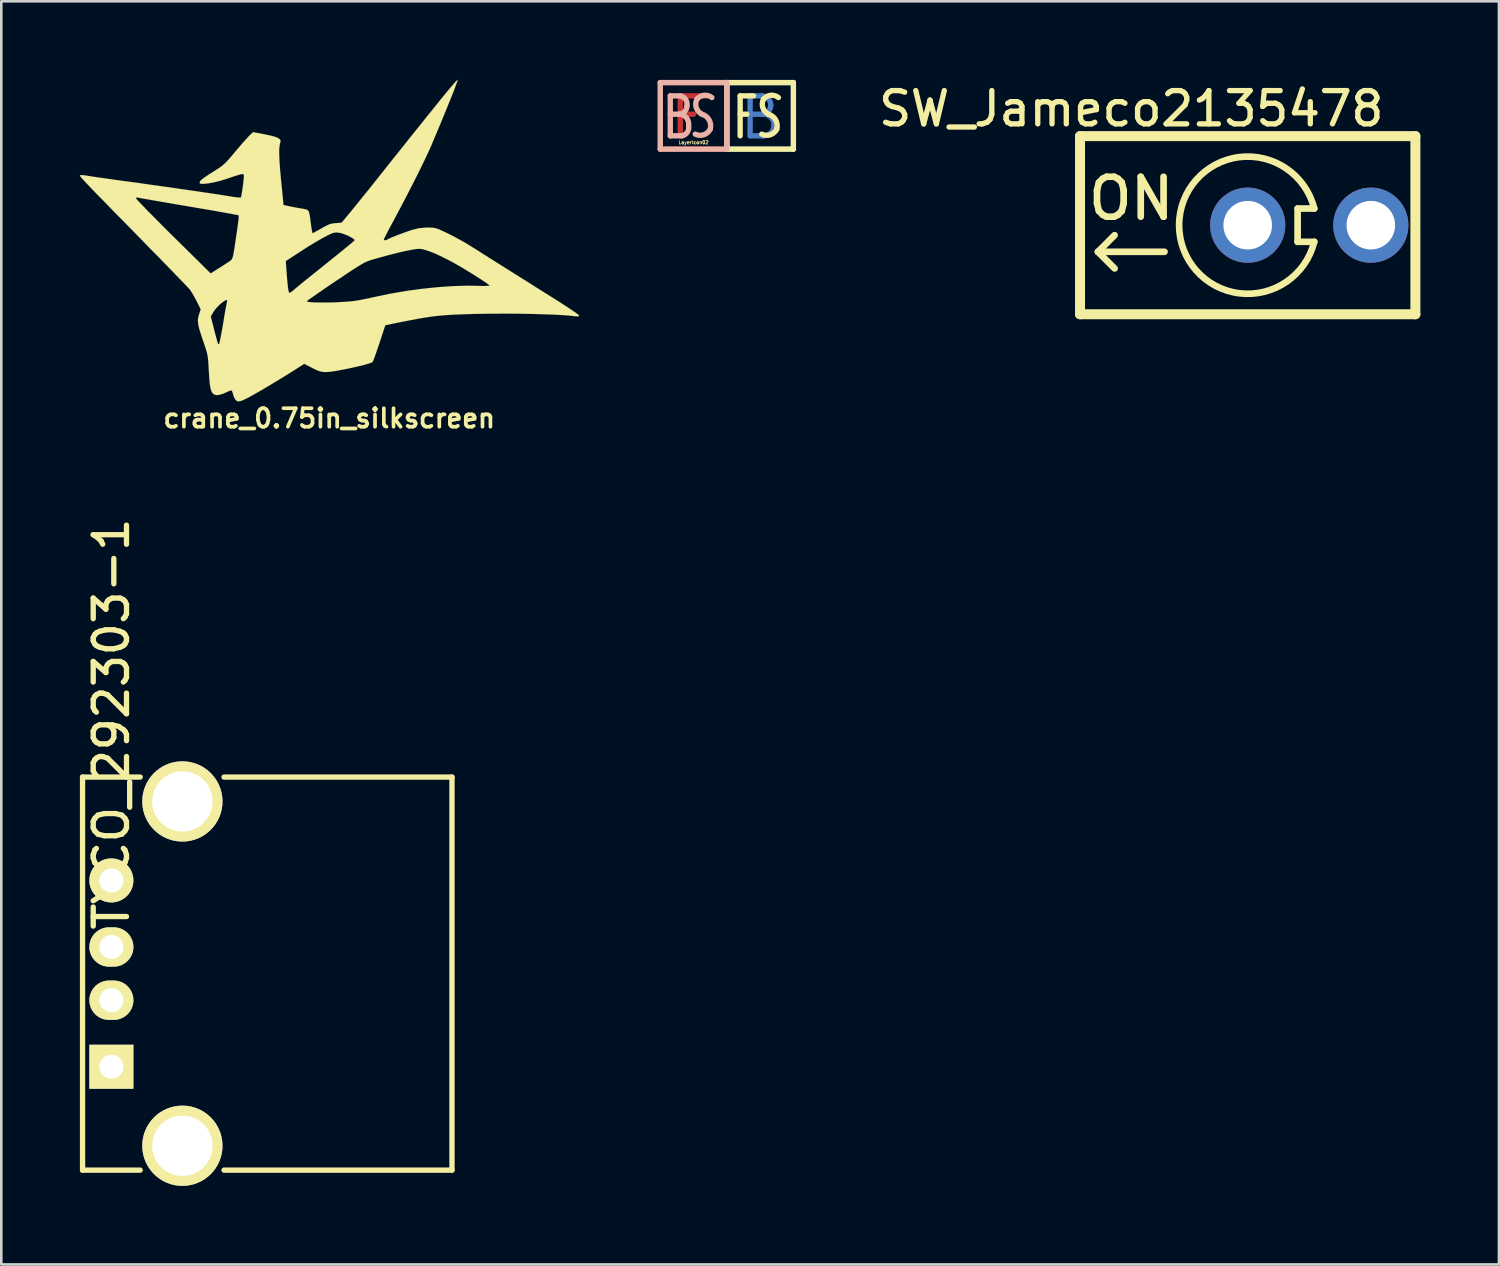
<source format=kicad_pcb>
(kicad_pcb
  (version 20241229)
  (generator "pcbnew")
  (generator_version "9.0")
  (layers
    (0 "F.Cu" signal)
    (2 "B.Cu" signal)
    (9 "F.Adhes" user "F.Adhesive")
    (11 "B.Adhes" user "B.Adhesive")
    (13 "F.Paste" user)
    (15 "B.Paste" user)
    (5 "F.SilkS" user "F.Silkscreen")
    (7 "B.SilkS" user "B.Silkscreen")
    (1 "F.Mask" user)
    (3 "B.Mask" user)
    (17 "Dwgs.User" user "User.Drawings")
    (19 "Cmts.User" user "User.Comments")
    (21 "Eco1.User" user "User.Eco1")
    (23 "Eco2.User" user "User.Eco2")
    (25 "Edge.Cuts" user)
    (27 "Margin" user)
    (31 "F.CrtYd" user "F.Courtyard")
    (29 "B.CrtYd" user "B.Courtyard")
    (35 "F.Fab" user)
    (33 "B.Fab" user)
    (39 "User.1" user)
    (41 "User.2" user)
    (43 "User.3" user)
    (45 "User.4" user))
  (footprint "LayerIcon02"
    (layer "F.Cu")
    (at 23.422 1.372)
    (property "Reference" "LayerIcon02" (at 0 1.016 0) (layer "F.SilkS") (effects (font (size 0.127 0.127) (thickness 0.025))))
    (attr through_hole)
    (fp_line (start -1.27 -1.27) (end 1.27 -1.27) (stroke (width 0.203) (type solid)) (layer "F.Cu"))
    (fp_line (start -1.27 1.27) (end -1.27 -1.27) (stroke (width 0.203) (type solid)) (layer "F.Cu"))
    (fp_line (start -0.508 -0.762) (end -0.508 0.762) (stroke (width 0.203) (type solid)) (layer "F.Cu"))
    (fp_line (start -0.508 -0.762) (end 0.508 -0.762) (stroke (width 0.203) (type solid)) (layer "F.Cu"))
    (fp_line (start -0.508 -0.064) (end 0 -0.064) (stroke (width 0.203) (type solid)) (layer "F.Cu"))
    (fp_line (start 1.27 -1.27) (end 1.27 1.27) (stroke (width 0.203) (type solid)) (layer "F.Cu"))
    (fp_line (start 1.27 1.27) (end -1.27 1.27) (stroke (width 0.203) (type solid)) (layer "F.Cu"))
    (fp_line (start 1.27 -1.27) (end 3.81 -1.27) (stroke (width 0.203) (type solid)) (layer "B.Cu"))
    (fp_line (start 1.27 1.27) (end 1.27 -1.27) (stroke (width 0.203) (type solid)) (layer "B.Cu"))
    (fp_line (start 2.159 -0.762) (end 2.159 0.762) (stroke (width 0.203) (type solid)) (layer "B.Cu"))
    (fp_line (start 2.159 -0.762) (end 2.603 -0.762) (stroke (width 0.203) (type solid)) (layer "B.Cu"))
    (fp_line (start 2.159 0.762) (end 2.667 0.762) (stroke (width 0.203) (type solid)) (layer "B.Cu"))
    (fp_line (start 2.667 -0.064) (end 2.159 -0.064) (stroke (width 0.203) (type solid)) (layer "B.Cu"))
    (fp_line (start 3.81 -1.27) (end 3.81 1.27) (stroke (width 0.203) (type solid)) (layer "B.Cu"))
    (fp_line (start 3.81 1.27) (end 1.27 1.27) (stroke (width 0.203) (type solid)) (layer "B.Cu"))
    (fp_arc (start 2.6035 -0.762) (mid 2.845967 -0.661567) (end 2.9464 -0.4191) (stroke (width 0.2032) (type solid)) (layer "B.Cu"))
    (fp_arc (start 2.667 -0.0635) (mid 2.954368 0.055532) (end 3.0734 0.3429) (stroke (width 0.2032) (type solid)) (layer "B.Cu"))
    (fp_arc (start 2.9464 -0.4064) (mid 2.845967 -0.163933) (end 2.6035 -0.0635) (stroke (width 0.2032) (type solid)) (layer "B.Cu"))
    (fp_arc (start 3.0734 0.3556) (mid 2.954368 0.642968) (end 2.667 0.762) (stroke (width 0.2032) (type solid)) (layer "B.Cu"))
    (fp_line (start 1.27 1.27) (end 1.27 -1.27) (stroke (width 0.203) (type solid)) (layer "F.SilkS"))
    (fp_line (start 1.27 1.27) (end 3.81 1.27) (stroke (width 0.203) (type solid)) (layer "F.SilkS"))
    (fp_line (start 1.778 -0.762) (end 1.778 0.762) (stroke (width 0.203) (type solid)) (layer "F.SilkS"))
    (fp_line (start 1.778 -0.762) (end 2.286 -0.762) (stroke (width 0.203) (type solid)) (layer "F.SilkS"))
    (fp_line (start 1.778 -0.064) (end 2.032 -0.064) (stroke (width 0.203) (type solid)) (layer "F.SilkS"))
    (fp_line (start 3.81 -1.27) (end 1.27 -1.27) (stroke (width 0.203) (type solid)) (layer "F.SilkS"))
    (fp_line (start 3.81 -1.27) (end 3.81 1.27) (stroke (width 0.203) (type solid)) (layer "F.SilkS"))
    (fp_arc (start 2.667 -0.635) (mid 2.939599 -0.785112) (end 3.2385 -0.6985) (stroke (width 0.2032) (type solid)) (layer "F.SilkS"))
    (fp_arc (start 2.8575 -0.0635) (mid 2.643888 -0.309796) (end 2.667 -0.635) (stroke (width 0.2032) (type solid)) (layer "F.SilkS"))
    (fp_arc (start 2.8575 -0.0635) (mid 3.134612 0.156494) (end 3.175 0.508) (stroke (width 0.2032) (type solid)) (layer "F.SilkS"))
    (fp_arc (start 3.175 0.508) (mid 2.928704 0.721612) (end 2.6035 0.6985) (stroke (width 0.2032) (type solid)) (layer "F.SilkS"))
    (fp_line (start -1.27 -1.27) (end -1.27 1.27) (stroke (width 0.203) (type solid)) (layer "B.SilkS"))
    (fp_line (start -1.27 1.27) (end 1.27 1.27) (stroke (width 0.203) (type solid)) (layer "B.SilkS"))
    (fp_line (start -0.889 -0.762) (end -0.889 0.762) (stroke (width 0.203) (type solid)) (layer "B.SilkS"))
    (fp_line (start -0.572 -0.064) (end -0.889 -0.064) (stroke (width 0.203) (type solid)) (layer "B.SilkS"))
    (fp_line (start -0.508 -0.762) (end -0.889 -0.762) (stroke (width 0.203) (type solid)) (layer "B.SilkS"))
    (fp_line (start -0.445 0.762) (end -0.889 0.762) (stroke (width 0.203) (type solid)) (layer "B.SilkS"))
    (fp_line (start 1.27 -1.27) (end -1.27 -1.27) (stroke (width 0.203) (type solid)) (layer "B.SilkS"))
    (fp_line (start 1.27 1.27) (end 1.27 -1.27) (stroke (width 0.203) (type solid)) (layer "B.SilkS"))
    (fp_arc (start -0.508 -0.762) (mid -0.302092 -0.624105) (end -0.254 -0.381) (stroke (width 0.2032) (type solid)) (layer "B.SilkS"))
    (fp_arc (start -0.508 -0.0635) (mid -0.257191 0.092994) (end -0.1905 0.381) (stroke (width 0.2032) (type solid)) (layer "B.SilkS"))
    (fp_arc (start -0.254 -0.381) (mid -0.346994 -0.156494) (end -0.5715 -0.0635) (stroke (width 0.2032) (type solid)) (layer "B.SilkS"))
    (fp_arc (start -0.1905 0.381) (mid -0.238592 0.624105) (end -0.4445 0.762) (stroke (width 0.2032) (type solid)) (layer "B.SilkS"))
    (fp_arc (start 0.127 -0.635) (mid 0.399599 -0.785112) (end 0.6985 -0.6985) (stroke (width 0.2032) (type solid)) (layer "B.SilkS"))
    (fp_arc (start 0.3175 -0.0635) (mid 0.103888 -0.309796) (end 0.127 -0.635) (stroke (width 0.2032) (type solid)) (layer "B.SilkS"))
    (fp_arc (start 0.3175 -0.0635) (mid 0.594612 0.156494) (end 0.635 0.508) (stroke (width 0.2032) (type solid)) (layer "B.SilkS"))
    (fp_arc (start 0.635 0.508) (mid 0.388704 0.721612) (end 0.0635 0.6985) (stroke (width 0.2032) (type solid)) (layer "B.SilkS")))
  (footprint "crane_0.75in_silkscreen"
    (layer "F.Cu")
    (at 9.516 6.087)
    (property "Reference" "crane_0.75in_silkscreen" (at 0 6.83 0) (layer "F.SilkS") (effects (font (size 0.706 0.706) (thickness 0.14))))
    (attr through_hole)
    (fp_poly (pts (xy 9.533 2.901) (xy 9.528 2.934) (xy 9.477 2.941) (xy 9.375 2.931) (xy 9.164 2.908) (xy 8.885 2.888) (xy 8.547 2.87) (xy 8.166 2.857) (xy 7.747 2.845) (xy 7.305 2.837) (xy 6.848 2.832) (xy 6.388 2.835) (xy 6.124 2.835) (xy 6.124 1.765) (xy 6.091 1.735) (xy 6.005 1.669) (xy 5.87 1.577) (xy 5.702 1.468) (xy 5.512 1.346) (xy 5.309 1.222) (xy 5.105 1.097) (xy 5.011 1.041) (xy 4.689 0.859) (xy 4.371 0.696) (xy 4.079 0.556) (xy 3.825 0.455) (xy 3.744 0.427) (xy 3.592 0.381) (xy 3.477 0.361) (xy 3.36 0.363) (xy 3.205 0.386) (xy 3.198 0.386) (xy 2.949 0.434) (xy 2.639 0.505) (xy 2.283 0.594) (xy 1.897 0.699) (xy 1.737 0.747) (xy 1.623 0.777) (xy 1.527 0.81) (xy 1.43 0.848) (xy 1.331 0.894) (xy 1.219 0.958) (xy 1.085 1.039) (xy 0.973 1.11) (xy 0.973 0.033) (xy 0.95 -0.003) (xy 0.871 -0.058) (xy 0.757 -0.122) (xy 0.625 -0.18) (xy 0.493 -0.226) (xy 0.455 -0.239) (xy 0.312 -0.264) (xy 0.198 -0.259) (xy 0.122 -0.236) (xy -0.02 -0.175) (xy -0.221 -0.069) (xy -0.47 0.071) (xy -0.762 0.246) (xy -1.087 0.455) (xy -1.151 0.498) (xy -1.659 0.828) (xy -1.633 1.189) (xy -1.61 1.481) (xy -1.59 1.704) (xy -1.572 1.862) (xy -1.554 1.966) (xy -1.537 2.022) (xy -1.516 2.04) (xy -1.46 2.014) (xy -1.384 1.956) (xy -1.374 1.948) (xy -1.321 1.9) (xy -1.214 1.814) (xy -1.062 1.687) (xy -0.871 1.532) (xy -0.648 1.354) (xy -0.401 1.156) (xy -0.155 0.958) (xy 0.097 0.754) (xy 0.335 0.564) (xy 0.544 0.394) (xy 0.719 0.251) (xy 0.853 0.14) (xy 0.94 0.064) (xy 0.973 0.033) (xy 0.973 1.11) (xy 0.917 1.146) (xy 0.706 1.283) (xy 0.45 1.458) (xy 0.244 1.593) (xy -0.015 1.768) (xy -0.251 1.93) (xy -0.462 2.075) (xy -0.632 2.195) (xy -0.762 2.286) (xy -0.838 2.342) (xy -0.856 2.357) (xy -0.828 2.38) (xy -0.732 2.395) (xy -0.584 2.405) (xy -0.394 2.41) (xy -0.173 2.41) (xy 0.066 2.408) (xy 0.312 2.4) (xy 0.551 2.385) (xy 0.777 2.37) (xy 0.97 2.349) (xy 1.079 2.332) (xy 1.273 2.296) (xy 1.499 2.25) (xy 1.714 2.202) (xy 1.748 2.195) (xy 2.319 2.075) (xy 2.921 1.971) (xy 3.536 1.887) (xy 4.145 1.824) (xy 4.729 1.783) (xy 5.273 1.768) (xy 5.616 1.773) (xy 5.806 1.778) (xy 5.961 1.778) (xy 6.073 1.773) (xy 6.121 1.768) (xy 6.124 1.765) (xy 6.124 2.835) (xy 5.987 2.837) (xy 5.532 2.845) (xy 5.138 2.857) (xy 4.798 2.87) (xy 4.496 2.888) (xy 4.214 2.911) (xy 3.942 2.941) (xy 3.665 2.982) (xy 3.368 3.033) (xy 3.038 3.096) (xy 2.67 3.167) (xy 2.139 3.277) (xy 1.915 3.962) (xy 1.839 4.181) (xy 1.773 4.376) (xy 1.717 4.531) (xy 1.674 4.641) (xy 1.654 4.681) (xy 1.59 4.712) (xy 1.466 4.752) (xy 1.293 4.801) (xy 1.085 4.851) (xy 0.856 4.902) (xy 0.617 4.953) (xy 0.389 4.996) (xy 0.183 5.032) (xy 0.01 5.055) (xy -0.109 5.062) (xy -0.112 5.065) (xy -0.249 5.057) (xy -0.368 5.032) (xy -0.5 4.981) (xy -0.65 4.905) (xy -0.955 4.75) (xy -1.26 4.945) (xy -1.45 5.065) (xy -1.674 5.204) (xy -1.918 5.354) (xy -2.172 5.507) (xy -2.418 5.654) (xy -2.649 5.791) (xy -2.85 5.905) (xy -3.007 5.994) (xy -3.099 6.043) (xy -3.266 6.124) (xy -3.381 6.17) (xy -3.454 6.18) (xy -3.454 -0.876) (xy -3.457 -0.917) (xy -3.457 -0.919) (xy -3.498 -0.93) (xy -3.607 -0.95) (xy -3.777 -0.983) (xy -3.995 -1.021) (xy -4.255 -1.069) (xy -4.547 -1.12) (xy -4.77 -1.156) (xy -5.296 -1.247) (xy -5.748 -1.323) (xy -6.134 -1.389) (xy -6.454 -1.445) (xy -6.718 -1.491) (xy -6.924 -1.527) (xy -7.082 -1.554) (xy -7.193 -1.575) (xy -7.267 -1.59) (xy -7.29 -1.595) (xy -7.361 -1.598) (xy -7.374 -1.565) (xy -7.346 -1.527) (xy -7.267 -1.44) (xy -7.142 -1.311) (xy -6.977 -1.138) (xy -6.777 -0.937) (xy -6.548 -0.706) (xy -6.297 -0.452) (xy -6.025 -0.18) (xy -5.946 -0.104) (xy -4.526 1.298) (xy -4.196 1.09) (xy -4.044 0.993) (xy -3.907 0.904) (xy -3.805 0.838) (xy -3.772 0.815) (xy -3.731 0.777) (xy -3.701 0.721) (xy -3.67 0.635) (xy -3.645 0.5) (xy -3.612 0.302) (xy -3.607 0.267) (xy -3.553 -0.099) (xy -3.51 -0.394) (xy -3.48 -0.62) (xy -3.459 -0.78) (xy -3.454 -0.876) (xy -3.454 6.18) (xy -3.462 6.182) (xy -3.523 6.17) (xy -3.538 6.16) (xy -3.594 6.101) (xy -3.642 5.999) (xy -3.65 5.974) (xy -3.683 5.867) (xy -3.708 5.791) (xy -3.711 5.781) (xy -3.747 5.763) (xy -3.833 5.791) (xy -3.896 5.822) (xy -3.896 2.322) (xy -3.932 2.316) (xy -4.003 2.349) (xy -4.092 2.413) (xy -4.194 2.499) (xy -4.293 2.601) (xy -4.379 2.708) (xy -4.42 2.769) (xy -4.521 2.944) (xy -4.399 3.424) (xy -4.341 3.645) (xy -4.3 3.8) (xy -4.272 3.904) (xy -4.252 3.962) (xy -4.237 3.993) (xy -4.221 4.003) (xy -4.209 4.003) (xy -4.194 3.965) (xy -4.171 3.863) (xy -4.138 3.706) (xy -4.1 3.505) (xy -4.059 3.274) (xy -4.051 3.221) (xy -4.011 2.979) (xy -3.975 2.761) (xy -3.942 2.581) (xy -3.917 2.451) (xy -3.901 2.383) (xy -3.901 2.377) (xy -3.896 2.322) (xy -3.896 5.822) (xy -3.922 5.834) (xy -4.064 5.895) (xy -4.204 5.933) (xy -4.267 5.944) (xy -4.361 5.933) (xy -4.432 5.893) (xy -4.488 5.817) (xy -4.529 5.692) (xy -4.559 5.512) (xy -4.58 5.268) (xy -4.595 5.027) (xy -4.608 4.79) (xy -4.62 4.61) (xy -4.638 4.465) (xy -4.666 4.331) (xy -4.707 4.188) (xy -4.765 4.013) (xy -4.803 3.904) (xy -4.892 3.637) (xy -4.956 3.432) (xy -4.996 3.269) (xy -5.011 3.139) (xy -5.009 3.028) (xy -4.986 2.921) (xy -4.968 2.865) (xy -4.905 2.67) (xy -5.067 2.344) (xy -5.154 2.184) (xy -5.237 2.037) (xy -5.309 1.928) (xy -5.329 1.902) (xy -5.375 1.854) (xy -5.469 1.753) (xy -5.608 1.608) (xy -5.786 1.425) (xy -5.999 1.204) (xy -6.243 0.953) (xy -6.51 0.678) (xy -6.8 0.386) (xy -7.099 0.079) (xy -7.099 0.076) (xy -7.521 -0.353) (xy -7.892 -0.732) (xy -8.217 -1.059) (xy -8.491 -1.344) (xy -8.73 -1.587) (xy -8.926 -1.788) (xy -9.088 -1.956) (xy -9.218 -2.093) (xy -9.319 -2.2) (xy -9.395 -2.283) (xy -9.451 -2.342) (xy -9.487 -2.385) (xy -9.507 -2.416) (xy -9.515 -2.433) (xy -9.515 -2.441) (xy -9.51 -2.449) (xy -9.507 -2.449) (xy -9.451 -2.454) (xy -9.345 -2.446) (xy -9.258 -2.433) (xy -9.167 -2.418) (xy -9.007 -2.393) (xy -8.796 -2.362) (xy -8.542 -2.327) (xy -8.258 -2.286) (xy -7.955 -2.245) (xy -7.892 -2.235) (xy -7.323 -2.159) (xy -6.772 -2.08) (xy -6.246 -2.007) (xy -5.748 -1.935) (xy -5.288 -1.869) (xy -4.874 -1.808) (xy -4.511 -1.755) (xy -4.206 -1.709) (xy -3.97 -1.671) (xy -3.848 -1.651) (xy -3.668 -1.623) (xy -3.518 -1.603) (xy -3.414 -1.595) (xy -3.371 -1.6) (xy -3.358 -1.648) (xy -3.338 -1.755) (xy -3.315 -1.897) (xy -3.292 -2.06) (xy -3.274 -2.215) (xy -3.261 -2.349) (xy -3.256 -2.428) (xy -3.261 -2.464) (xy -3.277 -2.487) (xy -3.312 -2.494) (xy -3.381 -2.484) (xy -3.495 -2.451) (xy -3.66 -2.398) (xy -3.886 -2.322) (xy -3.924 -2.309) (xy -4.173 -2.233) (xy -4.415 -2.174) (xy -4.615 -2.139) (xy -4.661 -2.131) (xy -4.808 -2.121) (xy -4.892 -2.123) (xy -4.935 -2.136) (xy -4.945 -2.169) (xy -4.945 -2.182) (xy -4.92 -2.235) (xy -4.836 -2.309) (xy -4.691 -2.413) (xy -4.524 -2.522) (xy -4.346 -2.634) (xy -4.209 -2.723) (xy -4.1 -2.799) (xy -4.006 -2.88) (xy -3.912 -2.972) (xy -3.802 -3.094) (xy -3.668 -3.251) (xy -3.546 -3.396) (xy -3.399 -3.569) (xy -3.261 -3.729) (xy -3.139 -3.861) (xy -3.053 -3.955) (xy -3.028 -3.98) (xy -2.906 -4.094) (xy -2.466 -4.011) (xy -2.217 -3.957) (xy -2.04 -3.907) (xy -1.928 -3.856) (xy -1.867 -3.8) (xy -1.859 -3.736) (xy -1.864 -3.716) (xy -1.885 -3.635) (xy -1.9 -3.543) (xy -1.91 -3.434) (xy -1.91 -3.297) (xy -1.905 -3.127) (xy -1.895 -2.916) (xy -1.875 -2.654) (xy -1.847 -2.337) (xy -1.808 -1.956) (xy -1.773 -1.59) (xy -1.745 -1.313) (xy -1.549 -1.27) (xy -1.407 -1.24) (xy -1.227 -1.206) (xy -1.069 -1.179) (xy -0.95 -1.158) (xy -0.869 -1.14) (xy -0.813 -1.11) (xy -0.777 -1.054) (xy -0.752 -0.958) (xy -0.729 -0.81) (xy -0.701 -0.599) (xy -0.681 -0.439) (xy -0.658 -0.318) (xy -0.64 -0.246) (xy -0.635 -0.234) (xy -0.594 -0.254) (xy -0.503 -0.305) (xy -0.373 -0.376) (xy -0.3 -0.419) (xy -0.124 -0.516) (xy 0.01 -0.577) (xy 0.137 -0.61) (xy 0.241 -0.62) (xy 0.472 -0.638) (xy 0.836 -1.074) (xy 0.97 -1.24) (xy 1.138 -1.448) (xy 1.331 -1.687) (xy 1.532 -1.935) (xy 1.727 -2.179) (xy 1.786 -2.253) (xy 2.263 -2.855) (xy 2.695 -3.396) (xy 3.081 -3.881) (xy 3.424 -4.308) (xy 3.726 -4.686) (xy 3.99 -5.011) (xy 4.214 -5.291) (xy 4.404 -5.522) (xy 4.559 -5.712) (xy 4.684 -5.86) (xy 4.778 -5.969) (xy 4.844 -6.04) (xy 4.882 -6.078) (xy 4.897 -6.086) (xy 4.887 -6.03) (xy 4.841 -5.905) (xy 4.77 -5.712) (xy 4.669 -5.453) (xy 4.536 -5.128) (xy 4.379 -4.742) (xy 4.194 -4.295) (xy 3.98 -3.787) (xy 3.907 -3.612) (xy 3.81 -3.393) (xy 3.68 -3.114) (xy 3.523 -2.789) (xy 3.343 -2.423) (xy 3.142 -2.029) (xy 2.931 -1.618) (xy 2.71 -1.196) (xy 2.487 -0.777) (xy 2.398 -0.61) (xy 2.291 -0.414) (xy 2.202 -0.241) (xy 2.134 -0.107) (xy 2.09 -0.018) (xy 2.08 0.008) (xy 2.111 0.033) (xy 2.172 0.03) (xy 2.22 0.005) (xy 2.276 -0.025) (xy 2.39 -0.076) (xy 2.548 -0.14) (xy 2.733 -0.211) (xy 2.929 -0.282) (xy 3.117 -0.348) (xy 3.16 -0.361) (xy 3.439 -0.429) (xy 3.734 -0.452) (xy 3.749 -0.452) (xy 3.881 -0.45) (xy 3.988 -0.439) (xy 4.089 -0.419) (xy 4.201 -0.378) (xy 4.346 -0.312) (xy 4.519 -0.231) (xy 4.742 -0.117) (xy 4.986 0.015) (xy 5.22 0.147) (xy 5.362 0.234) (xy 5.631 0.401) (xy 5.951 0.605) (xy 6.317 0.836) (xy 6.713 1.085) (xy 7.127 1.346) (xy 7.549 1.61) (xy 7.963 1.872) (xy 8.362 2.123) (xy 8.514 2.217) (xy 8.766 2.375) (xy 8.997 2.525) (xy 9.195 2.657) (xy 9.355 2.764) (xy 9.469 2.845) (xy 9.528 2.893) (xy 9.533 2.901)) (stroke (width 0.003) (type solid)) (fill yes) (layer "F.SilkS")))
  (footprint "TYCO_292303-1"
    (layer "F.Cu")
    (at 1.201 34.11)
    (property "Reference" "TYCO_292303-1" (at 0 -9.525 90) (layer "F.SilkS") (effects (font (size 1.27 1.27) (thickness 0.203))))
    (attr through_hole)
    (fp_line (start -1.1 -7.501) (end 1.1 -7.501) (stroke (width 0.203) (type solid)) (layer "F.SilkS"))
    (fp_line (start -1.1 7.501) (end -1.1 -7.501) (stroke (width 0.203) (type solid)) (layer "F.SilkS"))
    (fp_line (start 1.1 7.501) (end -1.1 7.501) (stroke (width 0.203) (type solid)) (layer "F.SilkS"))
    (fp_line (start 4.3 -7.501) (end 13 -7.501) (stroke (width 0.203) (type solid)) (layer "F.SilkS"))
    (fp_line (start 13 -7.501) (end 13 7.501) (stroke (width 0.203) (type solid)) (layer "F.SilkS"))
    (fp_line (start 13 7.501) (end 4.3 7.501) (stroke (width 0.203) (type solid)) (layer "F.SilkS"))
    (pad "1" thru_hole rect (at 0 3.556) (size 1.681 1.681) (drill 0.919) (layers "*.Cu" "*.Mask" "F.SilkS"))
    (pad "2" thru_hole oval (at 0 1.016) (size 1.681 1.501) (drill 0.919) (layers "*.Cu" "*.Mask" "F.SilkS"))
    (pad "3" thru_hole oval (at 0 -1.016) (size 1.681 1.501) (drill 0.919) (layers "*.Cu" "*.Mask" "F.SilkS"))
    (pad "4" thru_hole circle (at 0 -3.556) (size 1.681 1.681) (drill 0.919) (layers "*.Cu" "*.Mask" "F.SilkS"))
    (pad "5" thru_hole circle (at 2.71 -6.571) (size 3.063 3.063) (drill 2.301) (layers "*.Cu" "*.Mask" "F.SilkS"))
    (pad "5" thru_hole circle (at 2.71 6.571) (size 3.063 3.063) (drill 2.301) (layers "*.Cu" "*.Mask" "F.SilkS")))
  (footprint "SW_Jameco2135478"
    (layer "F.Cu")
    (at 44.572 5.545)
    (property "Reference" "SW_Jameco2135478" (at -4.445 -4.445 0) (layer "F.SilkS") (effects (font (size 1.27 1.27) (thickness 0.203))))
    (attr through_hole)
    (fp_line (start -6.4 -3.4) (end -6.4 3.4) (stroke (width 0.381) (type solid)) (layer "F.SilkS"))
    (fp_line (start -6.4 3.4) (end 6.4 3.4) (stroke (width 0.381) (type solid)) (layer "F.SilkS"))
    (fp_line (start -5.715 1.016) (end -5.08 1.651) (stroke (width 0.254) (type solid)) (layer "F.SilkS"))
    (fp_line (start -5.715 1.016) (end -3.175 1.016) (stroke (width 0.254) (type solid)) (layer "F.SilkS"))
    (fp_line (start -5.08 0.381) (end -5.715 1.016) (stroke (width 0.254) (type solid)) (layer "F.SilkS"))
    (fp_line (start 1.905 -0.635) (end 2.54 -0.635) (stroke (width 0.254) (type solid)) (layer "F.SilkS"))
    (fp_line (start 1.905 0.635) (end 1.905 -0.635) (stroke (width 0.254) (type solid)) (layer "F.SilkS"))
    (fp_line (start 2.54 0.635) (end 1.905 0.635) (stroke (width 0.254) (type solid)) (layer "F.SilkS"))
    (fp_line (start 6.4 -3.4) (end -6.4 -3.4) (stroke (width 0.381) (type solid)) (layer "F.SilkS"))
    (fp_line (start 6.4 3.4) (end 6.4 -3.4) (stroke (width 0.381) (type solid)) (layer "F.SilkS"))
    (fp_arc (start 2.54 0.635) (mid -2.618172 0.000629) (end 2.539695 -0.63622) (stroke (width 0.254) (type solid)) (layer "F.SilkS"))
    (fp_text user "ON" (at -4.445 -1.016 0) (layer "F.SilkS") (effects (font (size 1.524 1.524) (thickness 0.254))))
    (pad "2" thru_hole circle (at 0 0) (size 2.87 2.87) (drill 1.854) (layers "*.Cu" "*.Mask"))
    (pad "3" thru_hole circle (at 4.699 0) (size 2.87 2.87) (drill 1.854) (layers "*.Cu" "*.Mask")))
  (gr_rect
    (start -3 -3)
    (end 54.162 45.212)
    (stroke (width 0.1) (type default))
    (fill no)
    (layer "Edge.Cuts")))
</source>
